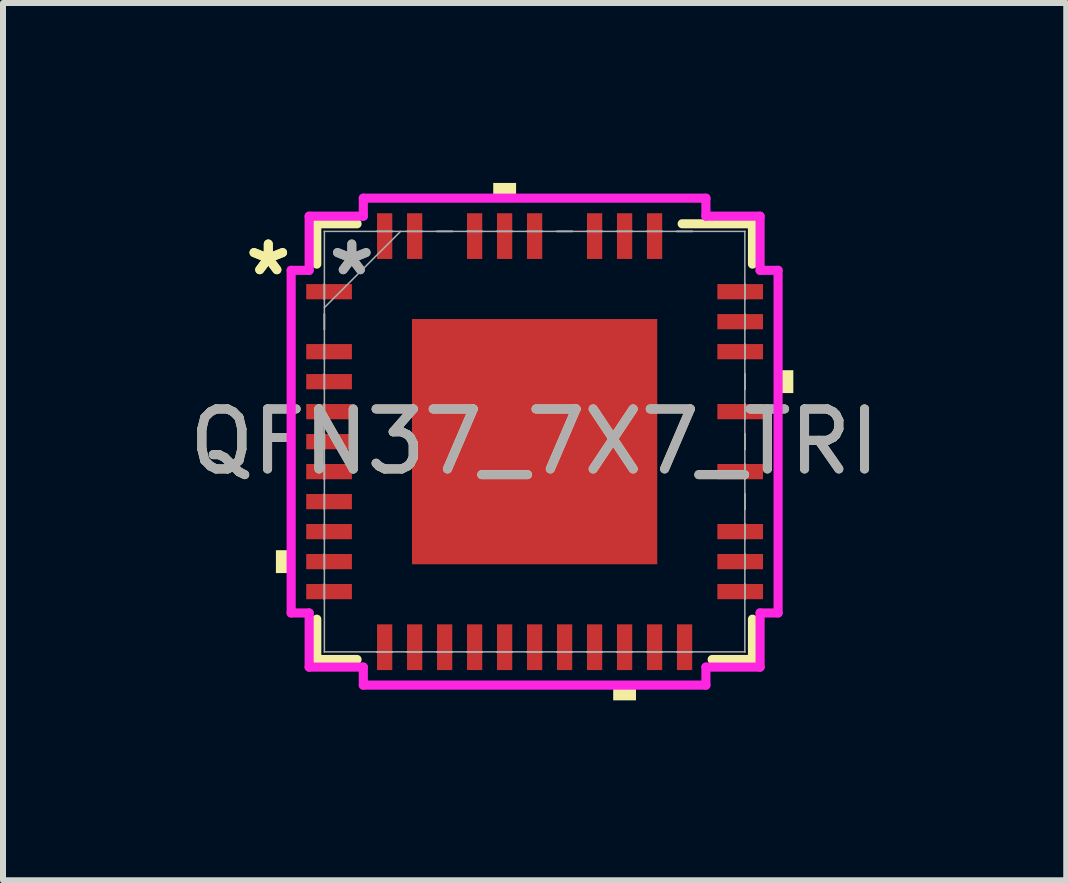
<source format=kicad_pcb>
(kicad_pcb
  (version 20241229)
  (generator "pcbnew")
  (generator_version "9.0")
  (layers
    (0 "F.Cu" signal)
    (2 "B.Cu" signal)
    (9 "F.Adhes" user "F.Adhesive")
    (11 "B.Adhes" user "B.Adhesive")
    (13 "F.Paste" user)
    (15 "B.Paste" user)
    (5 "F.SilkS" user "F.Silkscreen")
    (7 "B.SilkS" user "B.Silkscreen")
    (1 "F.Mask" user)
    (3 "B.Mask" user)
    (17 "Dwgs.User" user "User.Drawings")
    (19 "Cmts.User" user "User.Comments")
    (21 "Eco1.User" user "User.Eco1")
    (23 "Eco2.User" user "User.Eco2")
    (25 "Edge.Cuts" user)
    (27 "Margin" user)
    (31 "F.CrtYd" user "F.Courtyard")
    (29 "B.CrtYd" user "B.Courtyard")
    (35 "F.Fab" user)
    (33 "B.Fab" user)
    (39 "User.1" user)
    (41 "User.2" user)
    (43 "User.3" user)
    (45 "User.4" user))
  (footprint "QFN37_7X7_TRI"
    (layer "F.Cu")
    (at 5.863 4.313)
    (property "Reference" "QFN37_7X7_TRI" (at 0 0 0) (unlocked yes) (layer "F.SilkS") (effects (font (size 1 1) (thickness 0.15))))
    (attr smd)
    (fp_line (start -3.632 -3.632) (end -3.632 -2.96) (stroke (width 0.152) (type solid)) (layer "F.SilkS"))
    (fp_line (start -3.632 2.96) (end -3.632 3.632) (stroke (width 0.152) (type solid)) (layer "F.SilkS"))
    (fp_line (start -3.632 3.632) (end -2.96 3.632) (stroke (width 0.152) (type solid)) (layer "F.SilkS"))
    (fp_line (start -2.96 -3.632) (end -3.632 -3.632) (stroke (width 0.152) (type solid)) (layer "F.SilkS"))
    (fp_line (start 2.96 3.632) (end 3.632 3.632) (stroke (width 0.152) (type solid)) (layer "F.SilkS"))
    (fp_line (start 3.632 -3.632) (end 2.46 -3.632) (stroke (width 0.152) (type solid)) (layer "F.SilkS"))
    (fp_line (start 3.632 -2.96) (end 3.632 -3.632) (stroke (width 0.152) (type solid)) (layer "F.SilkS"))
    (fp_line (start 3.632 3.632) (end 3.632 2.96) (stroke (width 0.152) (type solid)) (layer "F.SilkS"))
    (fp_poly (pts (xy -4.313 1.81) (xy -4.313 2.191) (xy -4.059 2.191) (xy -4.059 1.81)) (stroke (width 0) (type solid)) (fill yes) (layer "F.SilkS"))
    (fp_poly (pts (xy -0.69 -4.059) (xy -0.69 -4.313) (xy -0.309 -4.313) (xy -0.309 -4.059)) (stroke (width 0) (type solid)) (fill yes) (layer "F.SilkS"))
    (fp_poly (pts (xy 1.31 4.059) (xy 1.31 4.313) (xy 1.69 4.313) (xy 1.69 4.059)) (stroke (width 0) (type solid)) (fill yes) (layer "F.SilkS"))
    (fp_poly (pts (xy 4.313 -1.191) (xy 4.313 -0.81) (xy 4.059 -0.81) (xy 4.059 -1.191)) (stroke (width 0) (type solid)) (fill yes) (layer "F.SilkS"))
    (fp_poly (pts (xy -1.945 -1.945) (xy -1.945 -0.782) (xy -0.782 -0.782) (xy -0.782 -1.945)) (stroke (width 0) (type solid)) (fill yes) (layer "F.Paste"))
    (fp_poly (pts (xy -1.945 -0.582) (xy -1.945 0.582) (xy -0.782 0.582) (xy -0.782 -0.582)) (stroke (width 0) (type solid)) (fill yes) (layer "F.Paste"))
    (fp_poly (pts (xy -1.945 0.782) (xy -1.945 1.945) (xy -0.782 1.945) (xy -0.782 0.782)) (stroke (width 0) (type solid)) (fill yes) (layer "F.Paste"))
    (fp_poly (pts (xy -0.582 -1.945) (xy -0.582 -0.782) (xy 0.582 -0.782) (xy 0.582 -1.945)) (stroke (width 0) (type solid)) (fill yes) (layer "F.Paste"))
    (fp_poly (pts (xy -0.582 -0.582) (xy -0.582 0.582) (xy 0.582 0.582) (xy 0.582 -0.582)) (stroke (width 0) (type solid)) (fill yes) (layer "F.Paste"))
    (fp_poly (pts (xy -0.582 0.782) (xy -0.582 1.945) (xy 0.582 1.945) (xy 0.582 0.782)) (stroke (width 0) (type solid)) (fill yes) (layer "F.Paste"))
    (fp_poly (pts (xy 0.782 -1.945) (xy 0.782 -0.782) (xy 1.945 -0.782) (xy 1.945 -1.945)) (stroke (width 0) (type solid)) (fill yes) (layer "F.Paste"))
    (fp_poly (pts (xy 0.782 -0.582) (xy 0.782 0.582) (xy 1.945 0.582) (xy 1.945 -0.582)) (stroke (width 0) (type solid)) (fill yes) (layer "F.Paste"))
    (fp_poly (pts (xy 0.782 0.782) (xy 0.782 1.945) (xy 1.945 1.945) (xy 1.945 0.782)) (stroke (width 0) (type solid)) (fill yes) (layer "F.Paste"))
    (fp_line (start -4.059 -2.856) (end -3.759 -2.856) (stroke (width 0.152) (type solid)) (layer "F.CrtYd"))
    (fp_line (start -4.059 2.856) (end -4.059 -2.856) (stroke (width 0.152) (type solid)) (layer "F.CrtYd"))
    (fp_line (start -3.759 -3.759) (end -2.856 -3.759) (stroke (width 0.152) (type solid)) (layer "F.CrtYd"))
    (fp_line (start -3.759 -2.856) (end -3.759 -3.759) (stroke (width 0.152) (type solid)) (layer "F.CrtYd"))
    (fp_line (start -3.759 2.856) (end -4.059 2.856) (stroke (width 0.152) (type solid)) (layer "F.CrtYd"))
    (fp_line (start -3.759 3.759) (end -3.759 2.856) (stroke (width 0.152) (type solid)) (layer "F.CrtYd"))
    (fp_line (start -2.856 -4.059) (end 2.856 -4.059) (stroke (width 0.152) (type solid)) (layer "F.CrtYd"))
    (fp_line (start -2.856 -3.759) (end -2.856 -4.059) (stroke (width 0.152) (type solid)) (layer "F.CrtYd"))
    (fp_line (start -2.856 3.759) (end -3.759 3.759) (stroke (width 0.152) (type solid)) (layer "F.CrtYd"))
    (fp_line (start -2.856 4.059) (end -2.856 3.759) (stroke (width 0.152) (type solid)) (layer "F.CrtYd"))
    (fp_line (start 2.856 -4.059) (end 2.856 -3.759) (stroke (width 0.152) (type solid)) (layer "F.CrtYd"))
    (fp_line (start 2.856 -3.759) (end 3.759 -3.759) (stroke (width 0.152) (type solid)) (layer "F.CrtYd"))
    (fp_line (start 2.856 3.759) (end 2.856 4.059) (stroke (width 0.152) (type solid)) (layer "F.CrtYd"))
    (fp_line (start 2.856 4.059) (end -2.856 4.059) (stroke (width 0.152) (type solid)) (layer "F.CrtYd"))
    (fp_line (start 3.759 -3.759) (end 3.759 -2.856) (stroke (width 0.152) (type solid)) (layer "F.CrtYd"))
    (fp_line (start 3.759 -2.856) (end 4.059 -2.856) (stroke (width 0.152) (type solid)) (layer "F.CrtYd"))
    (fp_line (start 3.759 2.856) (end 3.759 3.759) (stroke (width 0.152) (type solid)) (layer "F.CrtYd"))
    (fp_line (start 3.759 3.759) (end 2.856 3.759) (stroke (width 0.152) (type solid)) (layer "F.CrtYd"))
    (fp_line (start 4.059 -2.856) (end 4.059 2.856) (stroke (width 0.152) (type solid)) (layer "F.CrtYd"))
    (fp_line (start 4.059 2.856) (end 3.759 2.856) (stroke (width 0.152) (type solid)) (layer "F.CrtYd"))
    (fp_line (start -3.505 -3.505) (end -3.505 -3.505) (stroke (width 0.025) (type solid)) (layer "F.Fab"))
    (fp_line (start -3.505 -3.505) (end -3.505 3.505) (stroke (width 0.025) (type solid)) (layer "F.Fab"))
    (fp_line (start -3.505 -2.627) (end -3.505 -2.627) (stroke (width 0.025) (type solid)) (layer "F.Fab"))
    (fp_line (start -3.505 -2.627) (end -3.505 -2.373) (stroke (width 0.025) (type solid)) (layer "F.Fab"))
    (fp_line (start -3.505 -2.373) (end -3.505 -2.627) (stroke (width 0.025) (type solid)) (layer "F.Fab"))
    (fp_line (start -3.505 -2.373) (end -3.505 -2.373) (stroke (width 0.025) (type solid)) (layer "F.Fab"))
    (fp_line (start -3.505 -2.235) (end -2.235 -3.505) (stroke (width 0.025) (type solid)) (layer "F.Fab"))
    (fp_line (start -3.505 -2.127) (end -3.505 -2.127) (stroke (width 0.025) (type solid)) (layer "F.Fab"))
    (fp_line (start -3.505 -2.127) (end -3.505 -1.873) (stroke (width 0.025) (type solid)) (layer "F.Fab"))
    (fp_line (start -3.505 -1.873) (end -3.505 -2.127) (stroke (width 0.025) (type solid)) (layer "F.Fab"))
    (fp_line (start -3.505 -1.873) (end -3.505 -1.873) (stroke (width 0.025) (type solid)) (layer "F.Fab"))
    (fp_line (start -3.505 -1.627) (end -3.505 -1.627) (stroke (width 0.025) (type solid)) (layer "F.Fab"))
    (fp_line (start -3.505 -1.627) (end -3.505 -1.373) (stroke (width 0.025) (type solid)) (layer "F.Fab"))
    (fp_line (start -3.505 -1.373) (end -3.505 -1.627) (stroke (width 0.025) (type solid)) (layer "F.Fab"))
    (fp_line (start -3.505 -1.373) (end -3.505 -1.373) (stroke (width 0.025) (type solid)) (layer "F.Fab"))
    (fp_line (start -3.505 -1.127) (end -3.505 -1.127) (stroke (width 0.025) (type solid)) (layer "F.Fab"))
    (fp_line (start -3.505 -1.127) (end -3.505 -0.873) (stroke (width 0.025) (type solid)) (layer "F.Fab"))
    (fp_line (start -3.505 -0.873) (end -3.505 -1.127) (stroke (width 0.025) (type solid)) (layer "F.Fab"))
    (fp_line (start -3.505 -0.873) (end -3.505 -0.873) (stroke (width 0.025) (type solid)) (layer "F.Fab"))
    (fp_line (start -3.505 -0.627) (end -3.505 -0.627) (stroke (width 0.025) (type solid)) (layer "F.Fab"))
    (fp_line (start -3.505 -0.627) (end -3.505 -0.373) (stroke (width 0.025) (type solid)) (layer "F.Fab"))
    (fp_line (start -3.505 -0.373) (end -3.505 -0.627) (stroke (width 0.025) (type solid)) (layer "F.Fab"))
    (fp_line (start -3.505 -0.373) (end -3.505 -0.373) (stroke (width 0.025) (type solid)) (layer "F.Fab"))
    (fp_line (start -3.505 -0.127) (end -3.505 -0.127) (stroke (width 0.025) (type solid)) (layer "F.Fab"))
    (fp_line (start -3.505 -0.127) (end -3.505 0.127) (stroke (width 0.025) (type solid)) (layer "F.Fab"))
    (fp_line (start -3.505 0.127) (end -3.505 -0.127) (stroke (width 0.025) (type solid)) (layer "F.Fab"))
    (fp_line (start -3.505 0.127) (end -3.505 0.127) (stroke (width 0.025) (type solid)) (layer "F.Fab"))
    (fp_line (start -3.505 0.373) (end -3.505 0.373) (stroke (width 0.025) (type solid)) (layer "F.Fab"))
    (fp_line (start -3.505 0.373) (end -3.505 0.627) (stroke (width 0.025) (type solid)) (layer "F.Fab"))
    (fp_line (start -3.505 0.627) (end -3.505 0.373) (stroke (width 0.025) (type solid)) (layer "F.Fab"))
    (fp_line (start -3.505 0.627) (end -3.505 0.627) (stroke (width 0.025) (type solid)) (layer "F.Fab"))
    (fp_line (start -3.505 0.873) (end -3.505 0.873) (stroke (width 0.025) (type solid)) (layer "F.Fab"))
    (fp_line (start -3.505 0.873) (end -3.505 1.127) (stroke (width 0.025) (type solid)) (layer "F.Fab"))
    (fp_line (start -3.505 1.127) (end -3.505 0.873) (stroke (width 0.025) (type solid)) (layer "F.Fab"))
    (fp_line (start -3.505 1.127) (end -3.505 1.127) (stroke (width 0.025) (type solid)) (layer "F.Fab"))
    (fp_line (start -3.505 1.373) (end -3.505 1.373) (stroke (width 0.025) (type solid)) (layer "F.Fab"))
    (fp_line (start -3.505 1.373) (end -3.505 1.627) (stroke (width 0.025) (type solid)) (layer "F.Fab"))
    (fp_line (start -3.505 1.627) (end -3.505 1.373) (stroke (width 0.025) (type solid)) (layer "F.Fab"))
    (fp_line (start -3.505 1.627) (end -3.505 1.627) (stroke (width 0.025) (type solid)) (layer "F.Fab"))
    (fp_line (start -3.505 1.873) (end -3.505 1.873) (stroke (width 0.025) (type solid)) (layer "F.Fab"))
    (fp_line (start -3.505 1.873) (end -3.505 2.127) (stroke (width 0.025) (type solid)) (layer "F.Fab"))
    (fp_line (start -3.505 2.127) (end -3.505 1.873) (stroke (width 0.025) (type solid)) (layer "F.Fab"))
    (fp_line (start -3.505 2.127) (end -3.505 2.127) (stroke (width 0.025) (type solid)) (layer "F.Fab"))
    (fp_line (start -3.505 2.373) (end -3.505 2.373) (stroke (width 0.025) (type solid)) (layer "F.Fab"))
    (fp_line (start -3.505 2.373) (end -3.505 2.627) (stroke (width 0.025) (type solid)) (layer "F.Fab"))
    (fp_line (start -3.505 2.627) (end -3.505 2.373) (stroke (width 0.025) (type solid)) (layer "F.Fab"))
    (fp_line (start -3.505 2.627) (end -3.505 2.627) (stroke (width 0.025) (type solid)) (layer "F.Fab"))
    (fp_line (start -3.505 3.505) (end -3.505 3.505) (stroke (width 0.025) (type solid)) (layer "F.Fab"))
    (fp_line (start -3.505 3.505) (end 3.505 3.505) (stroke (width 0.025) (type solid)) (layer "F.Fab"))
    (fp_line (start -2.627 -3.505) (end -2.627 -3.505) (stroke (width 0.025) (type solid)) (layer "F.Fab"))
    (fp_line (start -2.627 -3.505) (end -2.373 -3.505) (stroke (width 0.025) (type solid)) (layer "F.Fab"))
    (fp_line (start -2.627 3.505) (end -2.627 3.505) (stroke (width 0.025) (type solid)) (layer "F.Fab"))
    (fp_line (start -2.627 3.505) (end -2.373 3.505) (stroke (width 0.025) (type solid)) (layer "F.Fab"))
    (fp_line (start -2.373 -3.505) (end -2.627 -3.505) (stroke (width 0.025) (type solid)) (layer "F.Fab"))
    (fp_line (start -2.373 -3.505) (end -2.373 -3.505) (stroke (width 0.025) (type solid)) (layer "F.Fab"))
    (fp_line (start -2.373 3.505) (end -2.627 3.505) (stroke (width 0.025) (type solid)) (layer "F.Fab"))
    (fp_line (start -2.373 3.505) (end -2.373 3.505) (stroke (width 0.025) (type solid)) (layer "F.Fab"))
    (fp_line (start -2.127 -3.505) (end -2.127 -3.505) (stroke (width 0.025) (type solid)) (layer "F.Fab"))
    (fp_line (start -2.127 -3.505) (end -1.873 -3.505) (stroke (width 0.025) (type solid)) (layer "F.Fab"))
    (fp_line (start -2.127 3.505) (end -2.127 3.505) (stroke (width 0.025) (type solid)) (layer "F.Fab"))
    (fp_line (start -2.127 3.505) (end -1.873 3.505) (stroke (width 0.025) (type solid)) (layer "F.Fab"))
    (fp_line (start -1.873 -3.505) (end -2.127 -3.505) (stroke (width 0.025) (type solid)) (layer "F.Fab"))
    (fp_line (start -1.873 -3.505) (end -1.873 -3.505) (stroke (width 0.025) (type solid)) (layer "F.Fab"))
    (fp_line (start -1.873 3.505) (end -2.127 3.505) (stroke (width 0.025) (type solid)) (layer "F.Fab"))
    (fp_line (start -1.873 3.505) (end -1.873 3.505) (stroke (width 0.025) (type solid)) (layer "F.Fab"))
    (fp_line (start -1.627 -3.505) (end -1.627 -3.505) (stroke (width 0.025) (type solid)) (layer "F.Fab"))
    (fp_line (start -1.627 -3.505) (end -1.373 -3.505) (stroke (width 0.025) (type solid)) (layer "F.Fab"))
    (fp_line (start -1.627 3.505) (end -1.627 3.505) (stroke (width 0.025) (type solid)) (layer "F.Fab"))
    (fp_line (start -1.627 3.505) (end -1.373 3.505) (stroke (width 0.025) (type solid)) (layer "F.Fab"))
    (fp_line (start -1.373 -3.505) (end -1.627 -3.505) (stroke (width 0.025) (type solid)) (layer "F.Fab"))
    (fp_line (start -1.373 -3.505) (end -1.373 -3.505) (stroke (width 0.025) (type solid)) (layer "F.Fab"))
    (fp_line (start -1.373 3.505) (end -1.627 3.505) (stroke (width 0.025) (type solid)) (layer "F.Fab"))
    (fp_line (start -1.373 3.505) (end -1.373 3.505) (stroke (width 0.025) (type solid)) (layer "F.Fab"))
    (fp_line (start -1.127 -3.505) (end -1.127 -3.505) (stroke (width 0.025) (type solid)) (layer "F.Fab"))
    (fp_line (start -1.127 -3.505) (end -0.873 -3.505) (stroke (width 0.025) (type solid)) (layer "F.Fab"))
    (fp_line (start -1.127 3.505) (end -1.127 3.505) (stroke (width 0.025) (type solid)) (layer "F.Fab"))
    (fp_line (start -1.127 3.505) (end -0.873 3.505) (stroke (width 0.025) (type solid)) (layer "F.Fab"))
    (fp_line (start -0.873 -3.505) (end -1.127 -3.505) (stroke (width 0.025) (type solid)) (layer "F.Fab"))
    (fp_line (start -0.873 -3.505) (end -0.873 -3.505) (stroke (width 0.025) (type solid)) (layer "F.Fab"))
    (fp_line (start -0.873 3.505) (end -1.127 3.505) (stroke (width 0.025) (type solid)) (layer "F.Fab"))
    (fp_line (start -0.873 3.505) (end -0.873 3.505) (stroke (width 0.025) (type solid)) (layer "F.Fab"))
    (fp_line (start -0.627 -3.505) (end -0.627 -3.505) (stroke (width 0.025) (type solid)) (layer "F.Fab"))
    (fp_line (start -0.627 -3.505) (end -0.373 -3.505) (stroke (width 0.025) (type solid)) (layer "F.Fab"))
    (fp_line (start -0.627 3.505) (end -0.627 3.505) (stroke (width 0.025) (type solid)) (layer "F.Fab"))
    (fp_line (start -0.627 3.505) (end -0.373 3.505) (stroke (width 0.025) (type solid)) (layer "F.Fab"))
    (fp_line (start -0.373 -3.505) (end -0.627 -3.505) (stroke (width 0.025) (type solid)) (layer "F.Fab"))
    (fp_line (start -0.373 -3.505) (end -0.373 -3.505) (stroke (width 0.025) (type solid)) (layer "F.Fab"))
    (fp_line (start -0.373 3.505) (end -0.627 3.505) (stroke (width 0.025) (type solid)) (layer "F.Fab"))
    (fp_line (start -0.373 3.505) (end -0.373 3.505) (stroke (width 0.025) (type solid)) (layer "F.Fab"))
    (fp_line (start -0.127 -3.505) (end -0.127 -3.505) (stroke (width 0.025) (type solid)) (layer "F.Fab"))
    (fp_line (start -0.127 -3.505) (end 0.127 -3.505) (stroke (width 0.025) (type solid)) (layer "F.Fab"))
    (fp_line (start -0.127 3.505) (end -0.127 3.505) (stroke (width 0.025) (type solid)) (layer "F.Fab"))
    (fp_line (start -0.127 3.505) (end 0.127 3.505) (stroke (width 0.025) (type solid)) (layer "F.Fab"))
    (fp_line (start 0.127 -3.505) (end -0.127 -3.505) (stroke (width 0.025) (type solid)) (layer "F.Fab"))
    (fp_line (start 0.127 -3.505) (end 0.127 -3.505) (stroke (width 0.025) (type solid)) (layer "F.Fab"))
    (fp_line (start 0.127 3.505) (end -0.127 3.505) (stroke (width 0.025) (type solid)) (layer "F.Fab"))
    (fp_line (start 0.127 3.505) (end 0.127 3.505) (stroke (width 0.025) (type solid)) (layer "F.Fab"))
    (fp_line (start 0.373 -3.505) (end 0.373 -3.505) (stroke (width 0.025) (type solid)) (layer "F.Fab"))
    (fp_line (start 0.373 -3.505) (end 0.627 -3.505) (stroke (width 0.025) (type solid)) (layer "F.Fab"))
    (fp_line (start 0.373 3.505) (end 0.373 3.505) (stroke (width 0.025) (type solid)) (layer "F.Fab"))
    (fp_line (start 0.373 3.505) (end 0.627 3.505) (stroke (width 0.025) (type solid)) (layer "F.Fab"))
    (fp_line (start 0.627 -3.505) (end 0.373 -3.505) (stroke (width 0.025) (type solid)) (layer "F.Fab"))
    (fp_line (start 0.627 -3.505) (end 0.627 -3.505) (stroke (width 0.025) (type solid)) (layer "F.Fab"))
    (fp_line (start 0.627 3.505) (end 0.373 3.505) (stroke (width 0.025) (type solid)) (layer "F.Fab"))
    (fp_line (start 0.627 3.505) (end 0.627 3.505) (stroke (width 0.025) (type solid)) (layer "F.Fab"))
    (fp_line (start 0.873 -3.505) (end 0.873 -3.505) (stroke (width 0.025) (type solid)) (layer "F.Fab"))
    (fp_line (start 0.873 -3.505) (end 1.127 -3.505) (stroke (width 0.025) (type solid)) (layer "F.Fab"))
    (fp_line (start 0.873 3.505) (end 0.873 3.505) (stroke (width 0.025) (type solid)) (layer "F.Fab"))
    (fp_line (start 0.873 3.505) (end 1.127 3.505) (stroke (width 0.025) (type solid)) (layer "F.Fab"))
    (fp_line (start 1.127 -3.505) (end 0.873 -3.505) (stroke (width 0.025) (type solid)) (layer "F.Fab"))
    (fp_line (start 1.127 -3.505) (end 1.127 -3.505) (stroke (width 0.025) (type solid)) (layer "F.Fab"))
    (fp_line (start 1.127 3.505) (end 0.873 3.505) (stroke (width 0.025) (type solid)) (layer "F.Fab"))
    (fp_line (start 1.127 3.505) (end 1.127 3.505) (stroke (width 0.025) (type solid)) (layer "F.Fab"))
    (fp_line (start 1.373 -3.505) (end 1.373 -3.505) (stroke (width 0.025) (type solid)) (layer "F.Fab"))
    (fp_line (start 1.373 -3.505) (end 1.627 -3.505) (stroke (width 0.025) (type solid)) (layer "F.Fab"))
    (fp_line (start 1.373 3.505) (end 1.373 3.505) (stroke (width 0.025) (type solid)) (layer "F.Fab"))
    (fp_line (start 1.373 3.505) (end 1.627 3.505) (stroke (width 0.025) (type solid)) (layer "F.Fab"))
    (fp_line (start 1.627 -3.505) (end 1.373 -3.505) (stroke (width 0.025) (type solid)) (layer "F.Fab"))
    (fp_line (start 1.627 -3.505) (end 1.627 -3.505) (stroke (width 0.025) (type solid)) (layer "F.Fab"))
    (fp_line (start 1.627 3.505) (end 1.373 3.505) (stroke (width 0.025) (type solid)) (layer "F.Fab"))
    (fp_line (start 1.627 3.505) (end 1.627 3.505) (stroke (width 0.025) (type solid)) (layer "F.Fab"))
    (fp_line (start 1.873 -3.505) (end 1.873 -3.505) (stroke (width 0.025) (type solid)) (layer "F.Fab"))
    (fp_line (start 1.873 -3.505) (end 2.127 -3.505) (stroke (width 0.025) (type solid)) (layer "F.Fab"))
    (fp_line (start 1.873 3.505) (end 1.873 3.505) (stroke (width 0.025) (type solid)) (layer "F.Fab"))
    (fp_line (start 1.873 3.505) (end 2.127 3.505) (stroke (width 0.025) (type solid)) (layer "F.Fab"))
    (fp_line (start 2.127 -3.505) (end 1.873 -3.505) (stroke (width 0.025) (type solid)) (layer "F.Fab"))
    (fp_line (start 2.127 -3.505) (end 2.127 -3.505) (stroke (width 0.025) (type solid)) (layer "F.Fab"))
    (fp_line (start 2.127 3.505) (end 1.873 3.505) (stroke (width 0.025) (type solid)) (layer "F.Fab"))
    (fp_line (start 2.127 3.505) (end 2.127 3.505) (stroke (width 0.025) (type solid)) (layer "F.Fab"))
    (fp_line (start 2.373 -3.505) (end 2.373 -3.505) (stroke (width 0.025) (type solid)) (layer "F.Fab"))
    (fp_line (start 2.373 -3.505) (end 2.627 -3.505) (stroke (width 0.025) (type solid)) (layer "F.Fab"))
    (fp_line (start 2.373 3.505) (end 2.373 3.505) (stroke (width 0.025) (type solid)) (layer "F.Fab"))
    (fp_line (start 2.373 3.505) (end 2.627 3.505) (stroke (width 0.025) (type solid)) (layer "F.Fab"))
    (fp_line (start 2.627 -3.505) (end 2.373 -3.505) (stroke (width 0.025) (type solid)) (layer "F.Fab"))
    (fp_line (start 2.627 -3.505) (end 2.627 -3.505) (stroke (width 0.025) (type solid)) (layer "F.Fab"))
    (fp_line (start 2.627 3.505) (end 2.373 3.505) (stroke (width 0.025) (type solid)) (layer "F.Fab"))
    (fp_line (start 2.627 3.505) (end 2.627 3.505) (stroke (width 0.025) (type solid)) (layer "F.Fab"))
    (fp_line (start 3.505 -3.505) (end -3.505 -3.505) (stroke (width 0.025) (type solid)) (layer "F.Fab"))
    (fp_line (start 3.505 -3.505) (end 3.505 -3.505) (stroke (width 0.025) (type solid)) (layer "F.Fab"))
    (fp_line (start 3.505 -2.627) (end 3.505 -2.627) (stroke (width 0.025) (type solid)) (layer "F.Fab"))
    (fp_line (start 3.505 -2.627) (end 3.505 -2.373) (stroke (width 0.025) (type solid)) (layer "F.Fab"))
    (fp_line (start 3.505 -2.373) (end 3.505 -2.627) (stroke (width 0.025) (type solid)) (layer "F.Fab"))
    (fp_line (start 3.505 -2.373) (end 3.505 -2.373) (stroke (width 0.025) (type solid)) (layer "F.Fab"))
    (fp_line (start 3.505 -2.127) (end 3.505 -2.127) (stroke (width 0.025) (type solid)) (layer "F.Fab"))
    (fp_line (start 3.505 -2.127) (end 3.505 -1.873) (stroke (width 0.025) (type solid)) (layer "F.Fab"))
    (fp_line (start 3.505 -1.873) (end 3.505 -2.127) (stroke (width 0.025) (type solid)) (layer "F.Fab"))
    (fp_line (start 3.505 -1.873) (end 3.505 -1.873) (stroke (width 0.025) (type solid)) (layer "F.Fab"))
    (fp_line (start 3.505 -1.627) (end 3.505 -1.627) (stroke (width 0.025) (type solid)) (layer "F.Fab"))
    (fp_line (start 3.505 -1.627) (end 3.505 -1.373) (stroke (width 0.025) (type solid)) (layer "F.Fab"))
    (fp_line (start 3.505 -1.373) (end 3.505 -1.627) (stroke (width 0.025) (type solid)) (layer "F.Fab"))
    (fp_line (start 3.505 -1.373) (end 3.505 -1.373) (stroke (width 0.025) (type solid)) (layer "F.Fab"))
    (fp_line (start 3.505 -1.127) (end 3.505 -1.127) (stroke (width 0.025) (type solid)) (layer "F.Fab"))
    (fp_line (start 3.505 -1.127) (end 3.505 -0.873) (stroke (width 0.025) (type solid)) (layer "F.Fab"))
    (fp_line (start 3.505 -0.873) (end 3.505 -1.127) (stroke (width 0.025) (type solid)) (layer "F.Fab"))
    (fp_line (start 3.505 -0.873) (end 3.505 -0.873) (stroke (width 0.025) (type solid)) (layer "F.Fab"))
    (fp_line (start 3.505 -0.627) (end 3.505 -0.627) (stroke (width 0.025) (type solid)) (layer "F.Fab"))
    (fp_line (start 3.505 -0.627) (end 3.505 -0.373) (stroke (width 0.025) (type solid)) (layer "F.Fab"))
    (fp_line (start 3.505 -0.373) (end 3.505 -0.627) (stroke (width 0.025) (type solid)) (layer "F.Fab"))
    (fp_line (start 3.505 -0.373) (end 3.505 -0.373) (stroke (width 0.025) (type solid)) (layer "F.Fab"))
    (fp_line (start 3.505 -0.127) (end 3.505 -0.127) (stroke (width 0.025) (type solid)) (layer "F.Fab"))
    (fp_line (start 3.505 -0.127) (end 3.505 0.127) (stroke (width 0.025) (type solid)) (layer "F.Fab"))
    (fp_line (start 3.505 0.127) (end 3.505 -0.127) (stroke (width 0.025) (type solid)) (layer "F.Fab"))
    (fp_line (start 3.505 0.127) (end 3.505 0.127) (stroke (width 0.025) (type solid)) (layer "F.Fab"))
    (fp_line (start 3.505 0.373) (end 3.505 0.373) (stroke (width 0.025) (type solid)) (layer "F.Fab"))
    (fp_line (start 3.505 0.373) (end 3.505 0.627) (stroke (width 0.025) (type solid)) (layer "F.Fab"))
    (fp_line (start 3.505 0.627) (end 3.505 0.373) (stroke (width 0.025) (type solid)) (layer "F.Fab"))
    (fp_line (start 3.505 0.627) (end 3.505 0.627) (stroke (width 0.025) (type solid)) (layer "F.Fab"))
    (fp_line (start 3.505 0.873) (end 3.505 0.873) (stroke (width 0.025) (type solid)) (layer "F.Fab"))
    (fp_line (start 3.505 0.873) (end 3.505 1.127) (stroke (width 0.025) (type solid)) (layer "F.Fab"))
    (fp_line (start 3.505 1.127) (end 3.505 0.873) (stroke (width 0.025) (type solid)) (layer "F.Fab"))
    (fp_line (start 3.505 1.127) (end 3.505 1.127) (stroke (width 0.025) (type solid)) (layer "F.Fab"))
    (fp_line (start 3.505 1.373) (end 3.505 1.373) (stroke (width 0.025) (type solid)) (layer "F.Fab"))
    (fp_line (start 3.505 1.373) (end 3.505 1.627) (stroke (width 0.025) (type solid)) (layer "F.Fab"))
    (fp_line (start 3.505 1.627) (end 3.505 1.373) (stroke (width 0.025) (type solid)) (layer "F.Fab"))
    (fp_line (start 3.505 1.627) (end 3.505 1.627) (stroke (width 0.025) (type solid)) (layer "F.Fab"))
    (fp_line (start 3.505 1.873) (end 3.505 1.873) (stroke (width 0.025) (type solid)) (layer "F.Fab"))
    (fp_line (start 3.505 1.873) (end 3.505 2.127) (stroke (width 0.025) (type solid)) (layer "F.Fab"))
    (fp_line (start 3.505 2.127) (end 3.505 1.873) (stroke (width 0.025) (type solid)) (layer "F.Fab"))
    (fp_line (start 3.505 2.127) (end 3.505 2.127) (stroke (width 0.025) (type solid)) (layer "F.Fab"))
    (fp_line (start 3.505 2.373) (end 3.505 2.373) (stroke (width 0.025) (type solid)) (layer "F.Fab"))
    (fp_line (start 3.505 2.373) (end 3.505 2.627) (stroke (width 0.025) (type solid)) (layer "F.Fab"))
    (fp_line (start 3.505 2.627) (end 3.505 2.373) (stroke (width 0.025) (type solid)) (layer "F.Fab"))
    (fp_line (start 3.505 2.627) (end 3.505 2.627) (stroke (width 0.025) (type solid)) (layer "F.Fab"))
    (fp_line (start 3.505 3.505) (end 3.505 -3.505) (stroke (width 0.025) (type solid)) (layer "F.Fab"))
    (fp_line (start 3.505 3.505) (end 3.505 3.505) (stroke (width 0.025) (type solid)) (layer "F.Fab"))
    (fp_text user "*" (at -4.44 -2.75 0) (unlocked yes) (layer "F.SilkS") (effects (font (size 1 1) (thickness 0.15))))
    (fp_text user "*" (at -4.44 -2.75 0) (layer "F.SilkS") (effects (font (size 1 1) (thickness 0.15))))
    (fp_text user "${REFERENCE}" (at 0 0 0) (unlocked yes) (layer "F.Fab") (effects (font (size 1 1) (thickness 0.15))))
    (fp_text user "*" (at -3.048 -2.75 0) (unlocked yes) (layer "F.Fab") (effects (font (size 1 1) (thickness 0.15))))
    (fp_text user "*" (at -3.048 -2.75 0) (layer "F.Fab") (effects (font (size 1 1) (thickness 0.15))))
    (pad "1" smd rect (at -3.427 -2.5 90) (size 0.254 0.762) (layers "F.Cu" "F.Mask" "F.Paste"))
    (pad "2" smd rect (at -3.427 -1.5 90) (size 0.254 0.762) (layers "F.Cu" "F.Mask" "F.Paste"))
    (pad "3" smd rect (at -3.427 -1 90) (size 0.254 0.762) (layers "F.Cu" "F.Mask" "F.Paste"))
    (pad "4" smd rect (at -3.427 -0.5 90) (size 0.254 0.762) (layers "F.Cu" "F.Mask" "F.Paste"))
    (pad "5" smd rect (at -3.427 0 90) (size 0.254 0.762) (layers "F.Cu" "F.Mask" "F.Paste"))
    (pad "6" smd rect (at -3.427 0.5 90) (size 0.254 0.762) (layers "F.Cu" "F.Mask" "F.Paste"))
    (pad "7" smd rect (at -3.427 1 90) (size 0.254 0.762) (layers "F.Cu" "F.Mask" "F.Paste"))
    (pad "8" smd rect (at -3.427 1.5 90) (size 0.254 0.762) (layers "F.Cu" "F.Mask" "F.Paste"))
    (pad "9" smd rect (at -3.427 2 90) (size 0.254 0.762) (layers "F.Cu" "F.Mask" "F.Paste"))
    (pad "10" smd rect (at -3.427 2.5 90) (size 0.254 0.762) (layers "F.Cu" "F.Mask" "F.Paste"))
    (pad "11" smd rect (at -2.5 3.427) (size 0.254 0.762) (layers "F.Cu" "F.Mask" "F.Paste"))
    (pad "12" smd rect (at -2 3.427) (size 0.254 0.762) (layers "F.Cu" "F.Mask" "F.Paste"))
    (pad "13" smd rect (at -1.5 3.427) (size 0.254 0.762) (layers "F.Cu" "F.Mask" "F.Paste"))
    (pad "14" smd rect (at -1 3.427) (size 0.254 0.762) (layers "F.Cu" "F.Mask" "F.Paste"))
    (pad "15" smd rect (at -0.5 3.427) (size 0.254 0.762) (layers "F.Cu" "F.Mask" "F.Paste"))
    (pad "16" smd rect (at 0 3.427) (size 0.254 0.762) (layers "F.Cu" "F.Mask" "F.Paste"))
    (pad "17" smd rect (at 0.5 3.427) (size 0.254 0.762) (layers "F.Cu" "F.Mask" "F.Paste"))
    (pad "18" smd rect (at 1 3.427) (size 0.254 0.762) (layers "F.Cu" "F.Mask" "F.Paste"))
    (pad "19" smd rect (at 1.5 3.427) (size 0.254 0.762) (layers "F.Cu" "F.Mask" "F.Paste"))
    (pad "20" smd rect (at 2 3.427) (size 0.254 0.762) (layers "F.Cu" "F.Mask" "F.Paste"))
    (pad "21" smd rect (at 2.5 3.427) (size 0.254 0.762) (layers "F.Cu" "F.Mask" "F.Paste"))
    (pad "22" smd rect (at 3.427 2.5 90) (size 0.254 0.762) (layers "F.Cu" "F.Mask" "F.Paste"))
    (pad "23" smd rect (at 3.427 2 90) (size 0.254 0.762) (layers "F.Cu" "F.Mask" "F.Paste"))
    (pad "24" smd rect (at 3.427 1.5 90) (size 0.254 0.762) (layers "F.Cu" "F.Mask" "F.Paste"))
    (pad "25" smd rect (at 3.427 0.5 90) (size 0.254 0.762) (layers "F.Cu" "F.Mask" "F.Paste"))
    (pad "26" smd rect (at 3.427 -0.5 90) (size 0.254 0.762) (layers "F.Cu" "F.Mask" "F.Paste"))
    (pad "27" smd rect (at 3.427 -1.5 90) (size 0.254 0.762) (layers "F.Cu" "F.Mask" "F.Paste"))
    (pad "28" smd rect (at 3.427 -2 90) (size 0.254 0.762) (layers "F.Cu" "F.Mask" "F.Paste"))
    (pad "29" smd rect (at 3.427 -2.5 90) (size 0.254 0.762) (layers "F.Cu" "F.Mask" "F.Paste"))
    (pad "30" smd rect (at 2 -3.427) (size 0.254 0.762) (layers "F.Cu" "F.Mask" "F.Paste"))
    (pad "31" smd rect (at 1.5 -3.427) (size 0.254 0.762) (layers "F.Cu" "F.Mask" "F.Paste"))
    (pad "32" smd rect (at 1 -3.427) (size 0.254 0.762) (layers "F.Cu" "F.Mask" "F.Paste"))
    (pad "33" smd rect (at 0 -3.427) (size 0.254 0.762) (layers "F.Cu" "F.Mask" "F.Paste"))
    (pad "34" smd rect (at -0.5 -3.427) (size 0.254 0.762) (layers "F.Cu" "F.Mask" "F.Paste"))
    (pad "35" smd rect (at -1 -3.427) (size 0.254 0.762) (layers "F.Cu" "F.Mask" "F.Paste"))
    (pad "36" smd rect (at -2 -3.427) (size 0.254 0.762) (layers "F.Cu" "F.Mask" "F.Paste"))
    (pad "37" smd rect (at -2.5 -3.427) (size 0.254 0.762) (layers "F.Cu" "F.Mask" "F.Paste"))
    (pad "38" smd rect (at 0 0) (size 4.089 4.089) (layers "F.Cu" "F.Mask")))
  (gr_rect
    (start -3 -3)
    (end 14.726 11.626)
    (stroke (width 0.1) (type default))
    (fill no)
    (layer "Edge.Cuts")))
</source>
